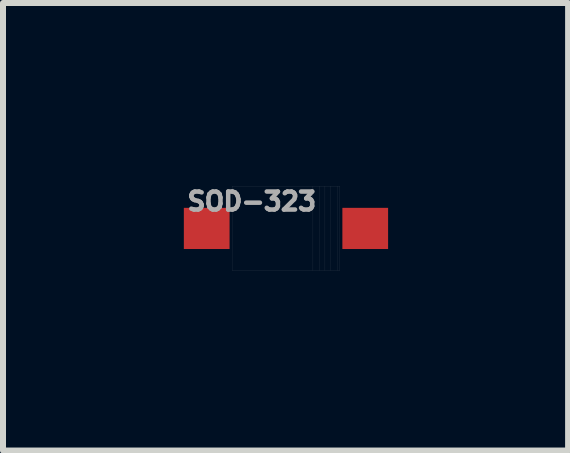
<source format=kicad_pcb>
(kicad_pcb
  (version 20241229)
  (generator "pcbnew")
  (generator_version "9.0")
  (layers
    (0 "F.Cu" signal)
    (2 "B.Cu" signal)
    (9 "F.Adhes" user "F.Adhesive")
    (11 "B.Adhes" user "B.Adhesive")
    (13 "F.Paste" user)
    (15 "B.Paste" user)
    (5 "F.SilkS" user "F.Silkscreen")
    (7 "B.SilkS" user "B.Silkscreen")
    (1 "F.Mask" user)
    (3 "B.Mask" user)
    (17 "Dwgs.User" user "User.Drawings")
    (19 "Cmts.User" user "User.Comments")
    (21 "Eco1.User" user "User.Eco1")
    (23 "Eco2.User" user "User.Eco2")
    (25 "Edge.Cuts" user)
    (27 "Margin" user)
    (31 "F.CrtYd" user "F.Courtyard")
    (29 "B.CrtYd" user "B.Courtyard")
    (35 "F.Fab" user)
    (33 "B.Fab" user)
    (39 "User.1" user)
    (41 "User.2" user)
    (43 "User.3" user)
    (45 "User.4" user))
  (footprint "SOD-323"
    (layer "F.Cu")
    (at 1.716 0.757)
    (property "Reference" "SOD-323" (at -0.57 -0.45 0) (layer "F.Fab") (effects (font (size 0.3 0.3) (thickness 0.075))))
    (attr through_hole)
    (fp_line (start -0.899 -0.701) (end 0.899 -0.701) (stroke (width 0.001) (type solid)) (layer "F.Fab"))
    (fp_line (start -0.899 0.701) (end -0.899 -0.701) (stroke (width 0.001) (type solid)) (layer "F.Fab"))
    (fp_line (start 0.45 -0.701) (end 0.45 0.701) (stroke (width 0.001) (type solid)) (layer "F.Fab"))
    (fp_line (start 0.551 0.701) (end 0.551 -0.701) (stroke (width 0.001) (type solid)) (layer "F.Fab"))
    (fp_line (start 0.65 -0.701) (end 0.65 0.701) (stroke (width 0.001) (type solid)) (layer "F.Fab"))
    (fp_line (start 0.749 0.701) (end 0.749 -0.701) (stroke (width 0.001) (type solid)) (layer "F.Fab"))
    (fp_line (start 0.851 -0.701) (end 0.851 0.701) (stroke (width 0.001) (type solid)) (layer "F.Fab"))
    (fp_line (start 0.899 -0.701) (end 0.899 0.701) (stroke (width 0.001) (type solid)) (layer "F.Fab"))
    (fp_line (start 0.899 0.701) (end -0.899 0.701) (stroke (width 0.001) (type solid)) (layer "F.Fab"))
    (pad "1" smd rect (at -1.321 0) (size 0.762 0.686) (layers "F.Cu" "F.Mask" "F.Paste"))
    (pad "2" smd rect (at 1.321 0) (size 0.762 0.686) (layers "F.Cu" "F.Mask" "F.Paste")))
  (gr_rect
    (start -3 -3)
    (end 6.418 4.458)
    (stroke (width 0.1) (type default))
    (fill no)
    (layer "Edge.Cuts")))
</source>
